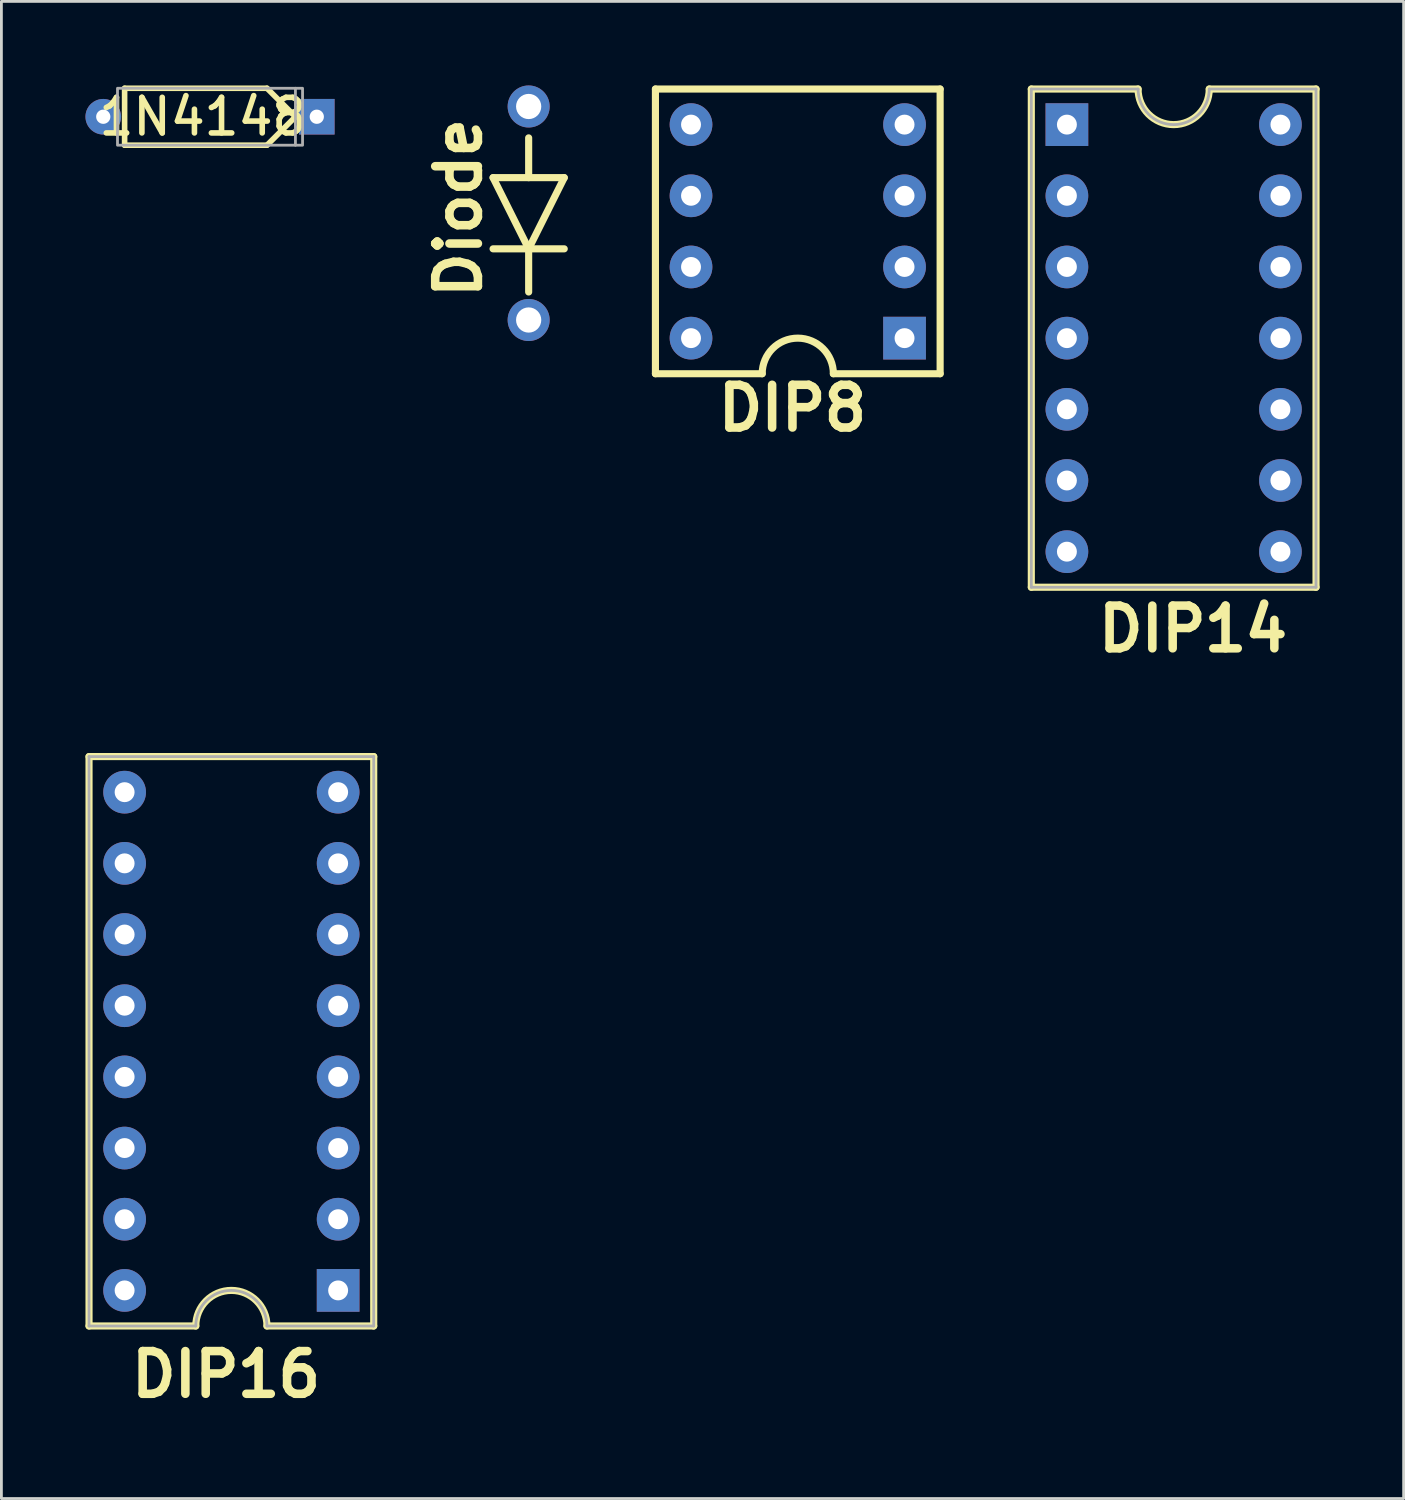
<source format=kicad_pcb>
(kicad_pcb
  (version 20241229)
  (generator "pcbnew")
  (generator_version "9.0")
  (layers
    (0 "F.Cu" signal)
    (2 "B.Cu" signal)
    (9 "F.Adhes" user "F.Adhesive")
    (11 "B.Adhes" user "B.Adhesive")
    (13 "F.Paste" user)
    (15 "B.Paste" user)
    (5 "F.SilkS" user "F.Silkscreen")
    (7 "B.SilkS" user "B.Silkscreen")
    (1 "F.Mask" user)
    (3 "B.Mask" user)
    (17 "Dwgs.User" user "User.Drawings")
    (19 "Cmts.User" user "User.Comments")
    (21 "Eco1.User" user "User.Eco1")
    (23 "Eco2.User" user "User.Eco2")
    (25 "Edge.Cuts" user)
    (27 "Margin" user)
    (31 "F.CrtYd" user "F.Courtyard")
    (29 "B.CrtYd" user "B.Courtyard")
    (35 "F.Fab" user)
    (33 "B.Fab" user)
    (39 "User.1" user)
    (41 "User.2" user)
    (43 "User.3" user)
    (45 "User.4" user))
  (footprint "DIP8"
    (layer "F.Cu")
    (at 29.23 9.017)
    (property "Reference" "DIP8" (at -4 2.5 0) (layer "F.SilkS") (effects (font (size 1.524 1.524) (thickness 0.305))))
    (property "Value" "${Value}" (at -4 -4 90) (layer "F.Fab") (hide yes) (effects (font (size 1.524 1.524) (thickness 0.305))))
    (attr through_hole)
    (fp_line (start -8.89 -8.89) (end -8.89 1.27) (stroke (width 0.254) (type solid)) (layer "F.SilkS"))
    (fp_line (start -8.89 -8.89) (end 1.27 -8.89) (stroke (width 0.254) (type solid)) (layer "F.SilkS"))
    (fp_line (start -8.89 1.27) (end -5.08 1.27) (stroke (width 0.254) (type solid)) (layer "F.SilkS"))
    (fp_line (start -2.54 1.27) (end 1.27 1.27) (stroke (width 0.254) (type solid)) (layer "F.SilkS"))
    (fp_line (start 1.27 -8.89) (end 1.27 1.27) (stroke (width 0.254) (type solid)) (layer "F.SilkS"))
    (fp_arc (start -5.08 1.27) (mid -3.81 0) (end -2.54 1.27) (stroke (width 0.254) (type solid)) (layer "F.SilkS"))
    (pad "1" thru_hole rect (at 0 0) (size 1.524 1.524) (drill 0.711) (layers "*.Cu" "*.Mask"))
    (pad "2" thru_hole circle (at 0 -2.54) (size 1.524 1.524) (drill 0.711) (layers "*.Cu" "*.Mask"))
    (pad "3" thru_hole circle (at 0 -5.08) (size 1.524 1.524) (drill 0.711) (layers "*.Cu" "*.Mask"))
    (pad "4" thru_hole circle (at 0 -7.62) (size 1.524 1.524) (drill 0.711) (layers "*.Cu" "*.Mask"))
    (pad "5" thru_hole circle (at -7.62 -7.62) (size 1.524 1.524) (drill 0.711) (layers "*.Cu" "*.Mask"))
    (pad "6" thru_hole circle (at -7.62 -5.08) (size 1.524 1.524) (drill 0.711) (layers "*.Cu" "*.Mask"))
    (pad "7" thru_hole circle (at -7.62 -2.54) (size 1.524 1.524) (drill 0.711) (layers "*.Cu" "*.Mask"))
    (pad "8" thru_hole circle (at -7.62 0) (size 1.524 1.524) (drill 0.711) (layers "*.Cu" "*.Mask")))
  (footprint "DIP14"
    (layer "F.Cu")
    (at 35.024 1.397)
    (property "Reference" "DIP14" (at 4.5 18 0) (layer "F.SilkS") (effects (font (size 1.524 1.524) (thickness 0.305))))
    (property "Value" "${Value}" (at 4 8.5 90) (layer "F.Fab") (hide yes) (effects (font (size 1.524 1.524) (thickness 0.305))))
    (attr through_hole)
    (fp_line (start -1.27 -1.27) (end -1.27 16.51) (stroke (width 0.254) (type solid)) (layer "F.SilkS"))
    (fp_line (start -1.27 -1.27) (end 2.54 -1.27) (stroke (width 0.254) (type solid)) (layer "F.SilkS"))
    (fp_line (start -1.27 16.51) (end 8.89 16.51) (stroke (width 0.254) (type solid)) (layer "F.SilkS"))
    (fp_line (start 5.08 -1.27) (end 8.89 -1.27) (stroke (width 0.254) (type solid)) (layer "F.SilkS"))
    (fp_line (start 8.89 16.51) (end 8.89 -1.27) (stroke (width 0.254) (type solid)) (layer "F.SilkS"))
    (fp_arc (start 5.08 -1.27) (mid 3.81 0) (end 2.54 -1.27) (stroke (width 0.254) (type solid)) (layer "F.SilkS"))
    (fp_line (start -1.27 -1.27) (end -1.27 16.51) (stroke (width 0.1) (type default)) (layer "F.Fab"))
    (fp_line (start -1.27 -1.27) (end 2.54 -1.27) (stroke (width 0.1) (type default)) (layer "F.Fab"))
    (fp_line (start -1.27 16.51) (end 8.89 16.51) (stroke (width 0.1) (type default)) (layer "F.Fab"))
    (fp_line (start 8.89 -1.27) (end 5.08 -1.27) (stroke (width 0.1) (type default)) (layer "F.Fab"))
    (fp_line (start 8.89 16.51) (end 8.89 -1.27) (stroke (width 0.1) (type default)) (layer "F.Fab"))
    (fp_arc (start 5.08 -1.27) (mid 3.81 0) (end 2.54 -1.27) (stroke (width 0.1) (type default)) (layer "F.Fab"))
    (pad "1" thru_hole rect (at 0 0) (size 1.524 1.524) (drill 0.711) (layers "*.Cu" "*.Mask"))
    (pad "2" thru_hole circle (at 0 2.54) (size 1.524 1.524) (drill 0.711) (layers "*.Cu" "*.Mask"))
    (pad "3" thru_hole circle (at 0 5.08) (size 1.524 1.524) (drill 0.711) (layers "*.Cu" "*.Mask"))
    (pad "4" thru_hole circle (at 0 7.62) (size 1.524 1.524) (drill 0.711) (layers "*.Cu" "*.Mask"))
    (pad "5" thru_hole circle (at 0 10.16) (size 1.524 1.524) (drill 0.711) (layers "*.Cu" "*.Mask"))
    (pad "6" thru_hole circle (at 0 12.7) (size 1.524 1.524) (drill 0.711) (layers "*.Cu" "*.Mask"))
    (pad "7" thru_hole circle (at 0 15.24) (size 1.524 1.524) (drill 0.711) (layers "*.Cu" "*.Mask"))
    (pad "8" thru_hole circle (at 7.62 15.24) (size 1.524 1.524) (drill 0.711) (layers "*.Cu" "*.Mask"))
    (pad "9" thru_hole circle (at 7.62 12.7) (size 1.524 1.524) (drill 0.711) (layers "*.Cu" "*.Mask"))
    (pad "10" thru_hole circle (at 7.62 10.16) (size 1.524 1.524) (drill 0.711) (layers "*.Cu" "*.Mask"))
    (pad "11" thru_hole circle (at 7.62 7.62) (size 1.524 1.524) (drill 0.711) (layers "*.Cu" "*.Mask"))
    (pad "12" thru_hole circle (at 7.62 5.08) (size 1.524 1.524) (drill 0.711) (layers "*.Cu" "*.Mask"))
    (pad "13" thru_hole circle (at 7.62 2.54) (size 1.524 1.524) (drill 0.711) (layers "*.Cu" "*.Mask"))
    (pad "14" thru_hole circle (at 7.62 0) (size 1.524 1.524) (drill 0.711) (layers "*.Cu" "*.Mask")))
  (footprint "DIP16"
    (layer "F.Cu")
    (at 9.017 43)
    (property "Reference" "DIP16" (at -4 3 0) (layer "F.SilkS") (effects (font (size 1.524 1.524) (thickness 0.305))))
    (property "Value" "${Value}" (at -4 -9 90) (layer "F.Fab") (hide yes) (effects (font (size 1.524 1.524) (thickness 0.305))))
    (attr through_hole)
    (fp_line (start -8.89 -19.05) (end -8.89 1.27) (stroke (width 0.254) (type solid)) (layer "F.SilkS"))
    (fp_line (start -8.89 -19.05) (end 1.27 -19.05) (stroke (width 0.254) (type solid)) (layer "F.SilkS"))
    (fp_line (start -8.89 1.27) (end -5.08 1.27) (stroke (width 0.254) (type solid)) (layer "F.SilkS"))
    (fp_line (start -2.54 1.27) (end 1.27 1.27) (stroke (width 0.254) (type solid)) (layer "F.SilkS"))
    (fp_line (start 1.27 -19.05) (end 1.27 1.27) (stroke (width 0.254) (type solid)) (layer "F.SilkS"))
    (fp_arc (start -5.08 1.27) (mid -3.81 0) (end -2.54 1.27) (stroke (width 0.254) (type solid)) (layer "F.SilkS"))
    (fp_line (start -8.89 -19.05) (end 1.27 -19.05) (stroke (width 0.1) (type default)) (layer "F.Fab"))
    (fp_line (start -8.89 1.27) (end -8.89 -19.05) (stroke (width 0.1) (type default)) (layer "F.Fab"))
    (fp_line (start -5.08 1.27) (end -8.89 1.27) (stroke (width 0.1) (type default)) (layer "F.Fab"))
    (fp_line (start 1.27 -19.05) (end 1.27 1.27) (stroke (width 0.1) (type default)) (layer "F.Fab"))
    (fp_line (start 1.27 1.27) (end -2.54 1.27) (stroke (width 0.1) (type default)) (layer "F.Fab"))
    (fp_arc (start -5.08 1.27) (mid -3.81 0) (end -2.54 1.27) (stroke (width 0.1) (type default)) (layer "F.Fab"))
    (pad "1" thru_hole rect (at 0 0) (size 1.524 1.524) (drill 0.711) (layers "*.Cu" "*.Mask"))
    (pad "2" thru_hole circle (at 0 -2.54) (size 1.524 1.524) (drill 0.711) (layers "*.Cu" "*.Mask"))
    (pad "3" thru_hole circle (at 0 -5.08) (size 1.524 1.524) (drill 0.711) (layers "*.Cu" "*.Mask"))
    (pad "4" thru_hole circle (at 0 -7.62) (size 1.524 1.524) (drill 0.711) (layers "*.Cu" "*.Mask"))
    (pad "5" thru_hole circle (at 0 -10.16) (size 1.524 1.524) (drill 0.711) (layers "*.Cu" "*.Mask"))
    (pad "6" thru_hole circle (at 0 -12.7) (size 1.524 1.524) (drill 0.711) (layers "*.Cu" "*.Mask"))
    (pad "7" thru_hole circle (at 0 -15.24) (size 1.524 1.524) (drill 0.711) (layers "*.Cu" "*.Mask"))
    (pad "8" thru_hole circle (at 0 -17.78) (size 1.524 1.524) (drill 0.711) (layers "*.Cu" "*.Mask"))
    (pad "9" thru_hole circle (at -7.62 -17.78) (size 1.524 1.524) (drill 0.711) (layers "*.Cu" "*.Mask"))
    (pad "10" thru_hole circle (at -7.62 -15.24) (size 1.524 1.524) (drill 0.711) (layers "*.Cu" "*.Mask"))
    (pad "11" thru_hole circle (at -7.62 -12.7) (size 1.524 1.524) (drill 0.711) (layers "*.Cu" "*.Mask"))
    (pad "12" thru_hole circle (at -7.62 -10.16) (size 1.524 1.524) (drill 0.711) (layers "*.Cu" "*.Mask"))
    (pad "13" thru_hole circle (at -7.62 -7.62) (size 1.524 1.524) (drill 0.711) (layers "*.Cu" "*.Mask"))
    (pad "14" thru_hole circle (at -7.62 -5.08) (size 1.524 1.524) (drill 0.711) (layers "*.Cu" "*.Mask"))
    (pad "15" thru_hole circle (at -7.62 -2.54) (size 1.524 1.524) (drill 0.711) (layers "*.Cu" "*.Mask"))
    (pad "16" thru_hole circle (at -7.62 0) (size 1.524 1.524) (drill 0.711) (layers "*.Cu" "*.Mask")))
  (footprint "Diode"
    (layer "F.Cu")
    (at 15.816 8.37)
    (property "Reference" "Diode" (at -2.5 -4 270) (layer "F.SilkS") (effects (font (size 1.524 1.524) (thickness 0.305))))
    (fp_line (start -1.27 -5.08) (end 1.27 -5.08) (stroke (width 0.254) (type solid)) (layer "F.SilkS"))
    (fp_line (start -1.27 -2.54) (end 1.27 -2.54) (stroke (width 0.254) (type solid)) (layer "F.SilkS"))
    (fp_line (start 0 -6.5) (end 0 -5.08) (stroke (width 0.254) (type solid)) (layer "F.SilkS"))
    (fp_line (start 0 -2.54) (end -1.27 -5.08) (stroke (width 0.254) (type solid)) (layer "F.SilkS"))
    (fp_line (start 0 -2.54) (end 0 -1) (stroke (width 0.254) (type solid)) (layer "F.SilkS"))
    (fp_line (start 1.27 -5.08) (end 0 -2.54) (stroke (width 0.254) (type solid)) (layer "F.SilkS"))
    (pad "1" thru_hole circle (at 0 0) (size 1.5 1.5) (drill 0.9) (layers "*.Cu" "*.Mask"))
    (pad "2" thru_hole circle (at 0 -7.62) (size 1.5 1.5) (drill 0.9) (layers "*.Cu" "*.Mask")))
  (footprint "1N4148"
    (layer "F.Cu")
    (at 8.255 1.116)
    (property "Reference" "1N4148" (at -4.064 0 0) (layer "F.SilkS") (effects (font (size 1.27 1.27) (thickness 0.2))))
    (attr through_hole)
    (fp_line (start -6.858 -1.016) (end -6.858 1.016) (stroke (width 0.2) (type default)) (layer "F.SilkS"))
    (fp_line (start -6.858 1.016) (end -1.778 1.016) (stroke (width 0.2) (type default)) (layer "F.SilkS"))
    (fp_line (start -1.778 -1.016) (end -6.858 -1.016) (stroke (width 0.2) (type default)) (layer "F.SilkS"))
    (fp_line (start -1.778 1.016) (end -0.762 0) (stroke (width 0.2) (type default)) (layer "F.SilkS"))
    (fp_line (start -0.762 0) (end -1.778 -1.016) (stroke (width 0.2) (type default)) (layer "F.SilkS"))
    (fp_line (start -0.762 -1.016) (end -0.762 1.016) (stroke (width 0.1) (type default)) (layer "F.Fab"))
    (fp_rect (start -0.508 -1.016) (end -7.112 1.016) (stroke (width 0.1) (type default)) (fill no) (layer "F.Fab"))
    (pad "1" thru_hole rect (at 0 0) (size 1.27 1.27) (drill 0.508) (layers "*.Cu" "*.Mask"))
    (pad "2" thru_hole circle (at -7.62 0) (size 1.27 1.27) (drill 0.508) (layers "*.Cu" "*.Mask")))
  (gr_rect
    (start -3 -3)
    (end 47.041 50.427)
    (stroke (width 0.1) (type default))
    (fill no)
    (layer "Edge.Cuts")))
</source>
